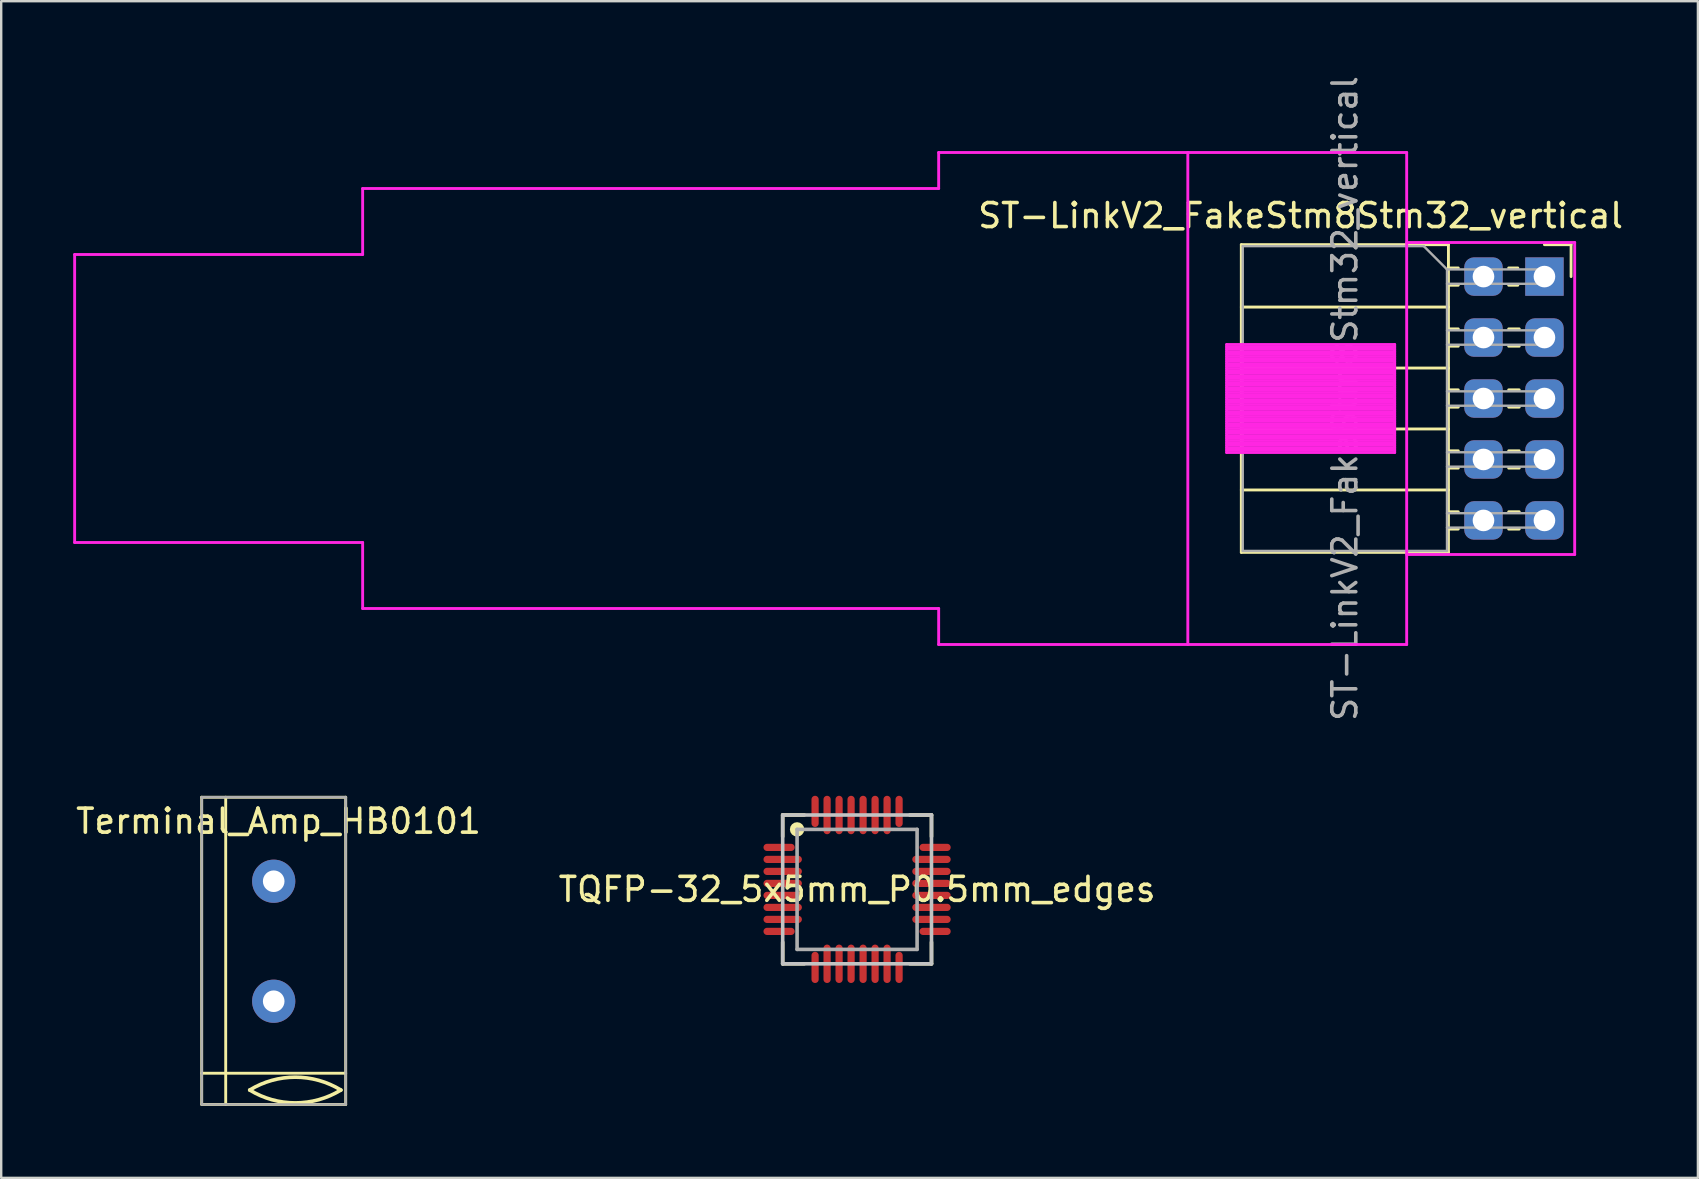
<source format=kicad_pcb>
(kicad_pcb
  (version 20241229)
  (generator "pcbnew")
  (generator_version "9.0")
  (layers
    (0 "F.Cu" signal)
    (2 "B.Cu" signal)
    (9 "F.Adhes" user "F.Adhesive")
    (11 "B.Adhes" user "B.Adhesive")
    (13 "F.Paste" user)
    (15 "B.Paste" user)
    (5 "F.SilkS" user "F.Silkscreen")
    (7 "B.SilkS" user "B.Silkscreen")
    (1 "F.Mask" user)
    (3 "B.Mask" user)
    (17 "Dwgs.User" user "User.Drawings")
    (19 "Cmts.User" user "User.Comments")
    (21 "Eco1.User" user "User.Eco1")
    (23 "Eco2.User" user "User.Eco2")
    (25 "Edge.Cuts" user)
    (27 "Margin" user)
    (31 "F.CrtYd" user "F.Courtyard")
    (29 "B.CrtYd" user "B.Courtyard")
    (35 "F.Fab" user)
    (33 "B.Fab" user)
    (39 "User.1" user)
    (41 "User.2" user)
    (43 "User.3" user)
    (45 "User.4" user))
  (footprint "TQFP-32_5x5mm_P0.5mm_edges"
    (layer "F.Cu")
    (at 32.661 34.007)
    (property "Reference" "TQFP-32_5x5mm_P0.5mm_edges" (at 0 0 0) (layer "F.SilkS") (effects (font (size 1 1) (thickness 0.15))))
    (attr through_hole)
    (fp_line (start -3.1 -3.1) (end -3.1 -2.2) (stroke (width 0.15) (type solid)) (layer "F.SilkS"))
    (fp_line (start -3.1 -3.1) (end -2.2 -3.1) (stroke (width 0.15) (type solid)) (layer "F.SilkS"))
    (fp_line (start -3.1 3.1) (end -3.1 2.2) (stroke (width 0.15) (type solid)) (layer "F.SilkS"))
    (fp_line (start -3.1 3.1) (end -2.2 3.1) (stroke (width 0.15) (type solid)) (layer "F.SilkS"))
    (fp_line (start 3.1 -3.1) (end 2.2 -3.1) (stroke (width 0.15) (type solid)) (layer "F.SilkS"))
    (fp_line (start 3.1 -3.1) (end 3.1 -2.2) (stroke (width 0.15) (type solid)) (layer "F.SilkS"))
    (fp_line (start 3.1 3.1) (end 2.2 3.1) (stroke (width 0.15) (type solid)) (layer "F.SilkS"))
    (fp_line (start 3.1 3.1) (end 3.1 2.2) (stroke (width 0.15) (type solid)) (layer "F.SilkS"))
    (fp_circle (center -2.5 -2.5) (end -2.35 -2.5) (stroke (width 0.3) (type solid)) (fill no) (layer "F.SilkS"))
    (fp_line (start -3.1 -3.1) (end -3.1 3.1) (stroke (width 0.15) (type solid)) (layer "Dwgs.User"))
    (fp_line (start -3.1 -3.1) (end 3.1 -3.1) (stroke (width 0.15) (type solid)) (layer "Dwgs.User"))
    (fp_line (start -3.1 3.1) (end 3.1 3.1) (stroke (width 0.15) (type solid)) (layer "Dwgs.User"))
    (fp_line (start 3.1 -3.1) (end 3.1 3.1) (stroke (width 0.15) (type solid)) (layer "Dwgs.User"))
    (fp_line (start -2.5 -2.5) (end -2.5 2.5) (stroke (width 0.15) (type solid)) (layer "F.Fab"))
    (fp_line (start -2.5 -2.5) (end 2.5 -2.5) (stroke (width 0.15) (type solid)) (layer "F.Fab"))
    (fp_line (start -2.5 2.5) (end 2.5 2.5) (stroke (width 0.15) (type solid)) (layer "F.Fab"))
    (fp_line (start 2.5 -2.5) (end 2.5 2.5) (stroke (width 0.15) (type solid)) (layer "F.Fab"))
    (pad "1" smd oval (at -3.25 -1.75) (size 1.3 0.3) (layers "F.Cu" "F.Mask" "F.Paste"))
    (pad "2" smd oval (at -3.1 -1.25) (size 1.6 0.3) (layers "F.Cu" "F.Mask" "F.Paste"))
    (pad "3" smd oval (at -3.1 -0.75) (size 1.6 0.3) (layers "F.Cu" "F.Mask" "F.Paste"))
    (pad "4" smd oval (at -3.1 -0.25) (size 1.6 0.3) (layers "F.Cu" "F.Mask" "F.Paste"))
    (pad "5" smd oval (at -3.1 0.25) (size 1.6 0.3) (layers "F.Cu" "F.Mask" "F.Paste"))
    (pad "6" smd oval (at -3.1 0.75) (size 1.6 0.3) (layers "F.Cu" "F.Mask" "F.Paste"))
    (pad "7" smd oval (at -3.1 1.25) (size 1.6 0.3) (layers "F.Cu" "F.Mask" "F.Paste"))
    (pad "8" smd oval (at -3.25 1.75) (size 1.3 0.3) (layers "F.Cu" "F.Mask" "F.Paste"))
    (pad "9" smd oval (at -1.75 3.25 90) (size 1.3 0.3) (layers "F.Cu" "F.Mask" "F.Paste"))
    (pad "10" smd oval (at -1.25 3.1 90) (size 1.6 0.3) (layers "F.Cu" "F.Mask" "F.Paste"))
    (pad "11" smd oval (at -0.75 3.1 90) (size 1.6 0.3) (layers "F.Cu" "F.Mask" "F.Paste"))
    (pad "12" smd oval (at -0.25 3.1 90) (size 1.6 0.3) (layers "F.Cu" "F.Mask" "F.Paste"))
    (pad "13" smd oval (at 0.25 3.1 90) (size 1.6 0.3) (layers "F.Cu" "F.Mask" "F.Paste"))
    (pad "14" smd oval (at 0.75 3.1 90) (size 1.6 0.3) (layers "F.Cu" "F.Mask" "F.Paste"))
    (pad "15" smd oval (at 1.25 3.1 90) (size 1.6 0.3) (layers "F.Cu" "F.Mask" "F.Paste"))
    (pad "16" smd oval (at 1.75 3.25 90) (size 1.3 0.3) (layers "F.Cu" "F.Mask" "F.Paste"))
    (pad "17" smd oval (at 3.25 1.75) (size 1.3 0.3) (layers "F.Cu" "F.Mask" "F.Paste"))
    (pad "18" smd oval (at 3.1 1.25) (size 1.6 0.3) (layers "F.Cu" "F.Mask" "F.Paste"))
    (pad "19" smd oval (at 3.1 0.75) (size 1.6 0.3) (layers "F.Cu" "F.Mask" "F.Paste"))
    (pad "20" smd oval (at 3.1 0.25) (size 1.6 0.3) (layers "F.Cu" "F.Mask" "F.Paste"))
    (pad "21" smd oval (at 3.1 -0.25) (size 1.6 0.3) (layers "F.Cu" "F.Mask" "F.Paste"))
    (pad "22" smd oval (at 3.1 -0.75) (size 1.6 0.3) (layers "F.Cu" "F.Mask" "F.Paste"))
    (pad "23" smd oval (at 3.1 -1.25) (size 1.6 0.3) (layers "F.Cu" "F.Mask" "F.Paste"))
    (pad "24" smd oval (at 3.25 -1.75) (size 1.3 0.3) (layers "F.Cu" "F.Mask" "F.Paste"))
    (pad "25" smd oval (at 1.75 -3.25 90) (size 1.3 0.3) (layers "F.Cu" "F.Mask" "F.Paste"))
    (pad "26" smd oval (at 1.25 -3.1 90) (size 1.6 0.3) (layers "F.Cu" "F.Mask" "F.Paste"))
    (pad "27" smd oval (at 0.75 -3.1 90) (size 1.6 0.3) (layers "F.Cu" "F.Mask" "F.Paste"))
    (pad "28" smd oval (at 0.25 -3.1 90) (size 1.6 0.3) (layers "F.Cu" "F.Mask" "F.Paste"))
    (pad "29" smd oval (at -0.25 -3.1 90) (size 1.6 0.3) (layers "F.Cu" "F.Mask" "F.Paste"))
    (pad "30" smd oval (at -0.75 -3.1 90) (size 1.6 0.3) (layers "F.Cu" "F.Mask" "F.Paste"))
    (pad "31" smd oval (at -1.25 -3.1 90) (size 1.6 0.3) (layers "F.Cu" "F.Mask" "F.Paste"))
    (pad "32" smd oval (at -1.75 -3.25 90) (size 1.3 0.3) (layers "F.Cu" "F.Mask" "F.Paste")))
  (footprint "ST-LinkV2_FakeStm8Stm32_vertical"
    (layer "F.Cu")
    (at 58.76 13.554)
    (property "Reference" "ST-LinkV2_FakeStm8Stm32_vertical" (at -7.62 -7.62 0) (layer "F.SilkS") (effects (font (size 1 1) (thickness 0.15))))
    (attr through_hole)
    (fp_line (start -10.09 -6.41) (end -10.09 6.41) (stroke (width 0.12) (type solid)) (layer "F.SilkS"))
    (fp_line (start -10.09 -6.41) (end -1.46 -6.41) (stroke (width 0.12) (type solid)) (layer "F.SilkS"))
    (fp_line (start -10.09 -3.81) (end -1.46 -3.81) (stroke (width 0.12) (type solid)) (layer "F.SilkS"))
    (fp_line (start -10.09 -1.27) (end -1.46 -1.27) (stroke (width 0.12) (type solid)) (layer "F.SilkS"))
    (fp_line (start -10.09 1.27) (end -1.46 1.27) (stroke (width 0.12) (type solid)) (layer "F.SilkS"))
    (fp_line (start -10.09 3.81) (end -1.46 3.81) (stroke (width 0.12) (type solid)) (layer "F.SilkS"))
    (fp_line (start -10.09 6.41) (end -1.46 6.41) (stroke (width 0.12) (type solid)) (layer "F.SilkS"))
    (fp_line (start -1.46 -6.41) (end -1.46 6.41) (stroke (width 0.12) (type solid)) (layer "F.SilkS"))
    (fp_line (start -1.46 -5.44) (end -1.05 -5.44) (stroke (width 0.12) (type solid)) (layer "F.SilkS"))
    (fp_line (start -1.46 -4.72) (end -1.05 -4.72) (stroke (width 0.12) (type solid)) (layer "F.SilkS"))
    (fp_line (start -1.46 -2.9) (end -1.05 -2.9) (stroke (width 0.12) (type solid)) (layer "F.SilkS"))
    (fp_line (start -1.46 -2.18) (end -1.05 -2.18) (stroke (width 0.12) (type solid)) (layer "F.SilkS"))
    (fp_line (start -1.46 -0.36) (end -1.05 -0.36) (stroke (width 0.12) (type solid)) (layer "F.SilkS"))
    (fp_line (start -1.46 0.36) (end -1.05 0.36) (stroke (width 0.12) (type solid)) (layer "F.SilkS"))
    (fp_line (start -1.46 2.18) (end -1.05 2.18) (stroke (width 0.12) (type solid)) (layer "F.SilkS"))
    (fp_line (start -1.46 2.9) (end -1.05 2.9) (stroke (width 0.12) (type solid)) (layer "F.SilkS"))
    (fp_line (start -1.46 4.72) (end -1.05 4.72) (stroke (width 0.12) (type solid)) (layer "F.SilkS"))
    (fp_line (start -1.46 5.44) (end -1.05 5.44) (stroke (width 0.12) (type solid)) (layer "F.SilkS"))
    (fp_line (start 1.05 -5.44) (end 1.43 -5.44) (stroke (width 0.12) (type solid)) (layer "F.SilkS"))
    (fp_line (start 1.05 -4.72) (end 1.43 -4.72) (stroke (width 0.12) (type solid)) (layer "F.SilkS"))
    (fp_line (start 1.05 -2.9) (end 1.49 -2.9) (stroke (width 0.12) (type solid)) (layer "F.SilkS"))
    (fp_line (start 1.05 -2.18) (end 1.49 -2.18) (stroke (width 0.12) (type solid)) (layer "F.SilkS"))
    (fp_line (start 1.05 -0.36) (end 1.49 -0.36) (stroke (width 0.12) (type solid)) (layer "F.SilkS"))
    (fp_line (start 1.05 0.36) (end 1.49 0.36) (stroke (width 0.12) (type solid)) (layer "F.SilkS"))
    (fp_line (start 1.05 2.18) (end 1.49 2.18) (stroke (width 0.12) (type solid)) (layer "F.SilkS"))
    (fp_line (start 1.05 2.9) (end 1.49 2.9) (stroke (width 0.12) (type solid)) (layer "F.SilkS"))
    (fp_line (start 1.05 4.72) (end 1.49 4.72) (stroke (width 0.12) (type solid)) (layer "F.SilkS"))
    (fp_line (start 1.05 5.44) (end 1.49 5.44) (stroke (width 0.12) (type solid)) (layer "F.SilkS"))
    (fp_line (start 2.54 -6.41) (end 3.65 -6.41) (stroke (width 0.12) (type solid)) (layer "F.SilkS"))
    (fp_line (start 3.65 -6.41) (end 3.65 -5.08) (stroke (width 0.12) (type solid)) (layer "F.SilkS"))
    (fp_line (start -58.7 -6) (end -58.7 6) (stroke (width 0.12) (type solid)) (layer "F.CrtYd"))
    (fp_line (start -58.7 -6) (end -46.7 -6) (stroke (width 0.12) (type solid)) (layer "F.CrtYd"))
    (fp_line (start -58.7 6) (end -46.7 6) (stroke (width 0.12) (type solid)) (layer "F.CrtYd"))
    (fp_line (start -46.7 -8.75) (end -46.7 -6) (stroke (width 0.12) (type solid)) (layer "F.CrtYd"))
    (fp_line (start -46.7 -8.75) (end -22.7 -8.75) (stroke (width 0.12) (type solid)) (layer "F.CrtYd"))
    (fp_line (start -46.7 6) (end -46.7 8.75) (stroke (width 0.12) (type solid)) (layer "F.CrtYd"))
    (fp_line (start -46.7 8.75) (end -22.7 8.75) (stroke (width 0.12) (type solid)) (layer "F.CrtYd"))
    (fp_line (start -22.7 -10.25) (end -22.7 -8.75) (stroke (width 0.12) (type solid)) (layer "F.CrtYd"))
    (fp_line (start -22.7 -10.25) (end -3.2 -10.25) (stroke (width 0.12) (type solid)) (layer "F.CrtYd"))
    (fp_line (start -22.7 8.75) (end -22.7 10.25) (stroke (width 0.12) (type solid)) (layer "F.CrtYd"))
    (fp_line (start -22.7 10.25) (end -3.2 10.25) (stroke (width 0.12) (type solid)) (layer "F.CrtYd"))
    (fp_line (start -12.319 -10.25) (end -12.319 10.25) (stroke (width 0.12) (type solid)) (layer "F.CrtYd"))
    (fp_line (start -10.7 -2.25) (end -10.7 2.25) (stroke (width 0.12) (type solid)) (layer "F.CrtYd"))
    (fp_line (start -10.7 -2.25) (end -3.7 -2.25) (stroke (width 0.12) (type solid)) (layer "F.CrtYd"))
    (fp_line (start -10.7 -2.15) (end -3.7 -2.15) (stroke (width 0.12) (type solid)) (layer "F.CrtYd"))
    (fp_line (start -10.7 -2.05) (end -3.7 -2.05) (stroke (width 0.12) (type solid)) (layer "F.CrtYd"))
    (fp_line (start -10.7 -1.95) (end -3.7 -1.95) (stroke (width 0.12) (type solid)) (layer "F.CrtYd"))
    (fp_line (start -10.7 -1.85) (end -3.7 -1.85) (stroke (width 0.12) (type solid)) (layer "F.CrtYd"))
    (fp_line (start -10.7 -1.75) (end -3.7 -1.75) (stroke (width 0.12) (type solid)) (layer "F.CrtYd"))
    (fp_line (start -10.7 -1.65) (end -3.7 -1.65) (stroke (width 0.12) (type solid)) (layer "F.CrtYd"))
    (fp_line (start -10.7 -1.55) (end -3.7 -1.55) (stroke (width 0.12) (type solid)) (layer "F.CrtYd"))
    (fp_line (start -10.7 -1.45) (end -3.7 -1.45) (stroke (width 0.12) (type solid)) (layer "F.CrtYd"))
    (fp_line (start -10.7 -1.35) (end -3.7 -1.35) (stroke (width 0.12) (type solid)) (layer "F.CrtYd"))
    (fp_line (start -10.7 -1.25) (end -3.7 -1.25) (stroke (width 0.12) (type solid)) (layer "F.CrtYd"))
    (fp_line (start -10.7 -1.15) (end -3.7 -1.15) (stroke (width 0.12) (type solid)) (layer "F.CrtYd"))
    (fp_line (start -10.7 -1.05) (end -3.7 -1.05) (stroke (width 0.12) (type solid)) (layer "F.CrtYd"))
    (fp_line (start -10.7 -0.95) (end -3.7 -0.95) (stroke (width 0.12) (type solid)) (layer "F.CrtYd"))
    (fp_line (start -10.7 -0.85) (end -3.7 -0.85) (stroke (width 0.12) (type solid)) (layer "F.CrtYd"))
    (fp_line (start -10.7 -0.75) (end -3.7 -0.75) (stroke (width 0.12) (type solid)) (layer "F.CrtYd"))
    (fp_line (start -10.7 -0.65) (end -3.7 -0.65) (stroke (width 0.12) (type solid)) (layer "F.CrtYd"))
    (fp_line (start -10.7 -0.55) (end -3.7 -0.55) (stroke (width 0.12) (type solid)) (layer "F.CrtYd"))
    (fp_line (start -10.7 -0.45) (end -3.7 -0.45) (stroke (width 0.12) (type solid)) (layer "F.CrtYd"))
    (fp_line (start -10.7 -0.35) (end -3.7 -0.35) (stroke (width 0.12) (type solid)) (layer "F.CrtYd"))
    (fp_line (start -10.7 -0.25) (end -3.7 -0.25) (stroke (width 0.12) (type solid)) (layer "F.CrtYd"))
    (fp_line (start -10.7 -0.15) (end -3.7 -0.15) (stroke (width 0.12) (type solid)) (layer "F.CrtYd"))
    (fp_line (start -10.7 -0.05) (end -3.7 -0.05) (stroke (width 0.12) (type solid)) (layer "F.CrtYd"))
    (fp_line (start -10.7 0.05) (end -3.7 0.05) (stroke (width 0.12) (type solid)) (layer "F.CrtYd"))
    (fp_line (start -10.7 0.15) (end -3.7 0.15) (stroke (width 0.12) (type solid)) (layer "F.CrtYd"))
    (fp_line (start -10.7 0.25) (end -3.7 0.25) (stroke (width 0.12) (type solid)) (layer "F.CrtYd"))
    (fp_line (start -10.7 0.35) (end -3.7 0.35) (stroke (width 0.12) (type solid)) (layer "F.CrtYd"))
    (fp_line (start -10.7 0.45) (end -3.7 0.45) (stroke (width 0.12) (type solid)) (layer "F.CrtYd"))
    (fp_line (start -10.7 0.55) (end -3.7 0.55) (stroke (width 0.12) (type solid)) (layer "F.CrtYd"))
    (fp_line (start -10.7 0.65) (end -3.7 0.65) (stroke (width 0.12) (type solid)) (layer "F.CrtYd"))
    (fp_line (start -10.7 0.75) (end -3.7 0.75) (stroke (width 0.12) (type solid)) (layer "F.CrtYd"))
    (fp_line (start -10.7 0.85) (end -3.7 0.85) (stroke (width 0.12) (type solid)) (layer "F.CrtYd"))
    (fp_line (start -10.7 0.95) (end -3.7 0.95) (stroke (width 0.12) (type solid)) (layer "F.CrtYd"))
    (fp_line (start -10.7 1.05) (end -3.7 1.05) (stroke (width 0.12) (type solid)) (layer "F.CrtYd"))
    (fp_line (start -10.7 1.15) (end -3.7 1.15) (stroke (width 0.12) (type solid)) (layer "F.CrtYd"))
    (fp_line (start -10.7 1.25) (end -3.7 1.25) (stroke (width 0.12) (type solid)) (layer "F.CrtYd"))
    (fp_line (start -10.7 1.35) (end -3.7 1.35) (stroke (width 0.12) (type solid)) (layer "F.CrtYd"))
    (fp_line (start -10.7 1.45) (end -3.7 1.45) (stroke (width 0.12) (type solid)) (layer "F.CrtYd"))
    (fp_line (start -10.7 1.55) (end -3.7 1.55) (stroke (width 0.12) (type solid)) (layer "F.CrtYd"))
    (fp_line (start -10.7 1.65) (end -3.7 1.65) (stroke (width 0.12) (type solid)) (layer "F.CrtYd"))
    (fp_line (start -10.7 1.75) (end -3.7 1.75) (stroke (width 0.12) (type solid)) (layer "F.CrtYd"))
    (fp_line (start -10.7 1.85) (end -3.7 1.85) (stroke (width 0.12) (type solid)) (layer "F.CrtYd"))
    (fp_line (start -10.7 1.95) (end -3.7 1.95) (stroke (width 0.12) (type solid)) (layer "F.CrtYd"))
    (fp_line (start -10.7 2.05) (end -3.7 2.05) (stroke (width 0.12) (type solid)) (layer "F.CrtYd"))
    (fp_line (start -10.7 2.15) (end -3.7 2.15) (stroke (width 0.12) (type solid)) (layer "F.CrtYd"))
    (fp_line (start -10.7 2.25) (end -3.7 2.25) (stroke (width 0.12) (type solid)) (layer "F.CrtYd"))
    (fp_line (start -3.7 -2.25) (end -3.7 2.25) (stroke (width 0.12) (type solid)) (layer "F.CrtYd"))
    (fp_line (start -3.2 10.25) (end -3.2 -10.25) (stroke (width 0.12) (type solid)) (layer "F.CrtYd"))
    (fp_line (start 3.8 -6.5) (end -3.2 -6.5) (stroke (width 0.12) (type solid)) (layer "F.CrtYd"))
    (fp_line (start 3.8 -6.5) (end 3.8 6.5) (stroke (width 0.12) (type solid)) (layer "F.CrtYd"))
    (fp_line (start 3.8 6.5) (end -3.2 6.5) (stroke (width 0.12) (type solid)) (layer "F.CrtYd"))
    (fp_line (start -10.03 -6.35) (end -2.49 -6.35) (stroke (width 0.1) (type solid)) (layer "F.Fab"))
    (fp_line (start -10.03 6.35) (end -10.03 -6.35) (stroke (width 0.1) (type solid)) (layer "F.Fab"))
    (fp_line (start -2.49 -6.35) (end -1.52 -5.38) (stroke (width 0.1) (type solid)) (layer "F.Fab"))
    (fp_line (start -1.52 -5.38) (end -1.52 6.35) (stroke (width 0.1) (type solid)) (layer "F.Fab"))
    (fp_line (start -1.52 -4.78) (end 2.54 -4.78) (stroke (width 0.1) (type solid)) (layer "F.Fab"))
    (fp_line (start -1.52 -2.24) (end 2.54 -2.24) (stroke (width 0.1) (type solid)) (layer "F.Fab"))
    (fp_line (start -1.52 0.3) (end 2.54 0.3) (stroke (width 0.1) (type solid)) (layer "F.Fab"))
    (fp_line (start -1.52 2.84) (end 2.54 2.84) (stroke (width 0.1) (type solid)) (layer "F.Fab"))
    (fp_line (start -1.52 5.38) (end 2.54 5.38) (stroke (width 0.1) (type solid)) (layer "F.Fab"))
    (fp_line (start -1.52 6.35) (end -10.03 6.35) (stroke (width 0.1) (type solid)) (layer "F.Fab"))
    (fp_line (start 2.54 -5.38) (end -1.52 -5.38) (stroke (width 0.1) (type solid)) (layer "F.Fab"))
    (fp_line (start 2.54 -4.78) (end 2.54 -5.38) (stroke (width 0.1) (type solid)) (layer "F.Fab"))
    (fp_line (start 2.54 -2.84) (end -1.52 -2.84) (stroke (width 0.1) (type solid)) (layer "F.Fab"))
    (fp_line (start 2.54 -2.24) (end 2.54 -2.84) (stroke (width 0.1) (type solid)) (layer "F.Fab"))
    (fp_line (start 2.54 -0.3) (end -1.52 -0.3) (stroke (width 0.1) (type solid)) (layer "F.Fab"))
    (fp_line (start 2.54 0.3) (end 2.54 -0.3) (stroke (width 0.1) (type solid)) (layer "F.Fab"))
    (fp_line (start 2.54 2.24) (end -1.52 2.24) (stroke (width 0.1) (type solid)) (layer "F.Fab"))
    (fp_line (start 2.54 2.84) (end 2.54 2.24) (stroke (width 0.1) (type solid)) (layer "F.Fab"))
    (fp_line (start 2.54 4.78) (end -1.52 4.78) (stroke (width 0.1) (type solid)) (layer "F.Fab"))
    (fp_line (start 2.54 5.38) (end 2.54 4.78) (stroke (width 0.1) (type solid)) (layer "F.Fab"))
    (fp_text user "${REFERENCE}" (at -5.775 0 90) (layer "F.Fab") (effects (font (size 1 1) (thickness 0.15))))
    (pad "1" thru_hole rect (at 2.54 -5.08) (size 1.6 1.6) (drill 0.9) (layers "*.Cu" "*.Mask"))
    (pad "2" thru_hole roundrect (at 0 -5.08 90) (size 1.6 1.6) (drill 0.9) (layers "*.Cu" "*.Mask") (roundrect_rratio 0.25))
    (pad "3" thru_hole roundrect (at 2.54 -2.54) (size 1.6 1.6) (drill 0.9) (layers "*.Cu" "*.Mask") (roundrect_rratio 0.25))
    (pad "4" thru_hole roundrect (at 0 -2.54) (size 1.6 1.6) (drill 0.9) (layers "*.Cu" "*.Mask") (roundrect_rratio 0.25))
    (pad "5" thru_hole roundrect (at 2.54 0) (size 1.6 1.6) (drill 0.9) (layers "*.Cu" "*.Mask") (roundrect_rratio 0.25))
    (pad "6" thru_hole roundrect (at 0 0) (size 1.6 1.6) (drill 0.9) (layers "*.Cu" "*.Mask") (roundrect_rratio 0.25))
    (pad "7" thru_hole roundrect (at 2.54 2.54) (size 1.6 1.6) (drill 0.9) (layers "*.Cu" "*.Mask") (roundrect_rratio 0.25))
    (pad "8" thru_hole roundrect (at 0 2.54) (size 1.6 1.6) (drill 0.9) (layers "*.Cu" "*.Mask") (roundrect_rratio 0.25))
    (pad "9" thru_hole roundrect (at 2.54 5.08) (size 1.6 1.6) (drill 0.9) (layers "*.Cu" "*.Mask") (roundrect_rratio 0.25))
    (pad "10" thru_hole roundrect (at 0 5.08) (size 1.6 1.6) (drill 0.9) (layers "*.Cu" "*.Mask") (roundrect_rratio 0.25)))
  (footprint "Terminal_Amp_HB0101"
    (layer "F.Cu")
    (at 8.354 36.567)
    (property "Reference" "Terminal_Amp_HB0101" (at 0.2 -5.4 0) (layer "F.SilkS") (effects (font (size 1 1) (thickness 0.15))))
    (attr through_hole)
    (fp_line (start -3 -6.4) (end -3 6.4) (stroke (width 0.12) (type solid)) (layer "F.SilkS"))
    (fp_line (start -3 -6.4) (end 3 -6.4) (stroke (width 0.12) (type solid)) (layer "F.SilkS"))
    (fp_line (start -3 5.1) (end 3 5.1) (stroke (width 0.12) (type solid)) (layer "F.SilkS"))
    (fp_line (start -3 6.4) (end 3 6.4) (stroke (width 0.12) (type solid)) (layer "F.SilkS"))
    (fp_line (start -2 -6.4) (end -2 6.4) (stroke (width 0.12) (type solid)) (layer "F.SilkS"))
    (fp_line (start 3 -6.4) (end 3 6.4) (stroke (width 0.12) (type solid)) (layer "F.SilkS"))
    (fp_arc (start -1 5.8) (mid 0.9 5.264068) (end 2.8 5.8) (stroke (width 0.15) (type solid)) (layer "F.SilkS"))
    (fp_arc (start 2.8 5.8) (mid 0.9 6.335932) (end -1 5.8) (stroke (width 0.15) (type solid)) (layer "F.SilkS"))
    (fp_line (start -3 6.4) (end -3 -6.4) (stroke (width 0.1) (type solid)) (layer "F.Fab"))
    (fp_line (start 3 -6.4) (end -3 -6.4) (stroke (width 0.1) (type solid)) (layer "F.Fab"))
    (fp_line (start 3 6.4) (end -3 6.4) (stroke (width 0.1) (type solid)) (layer "F.Fab"))
    (fp_line (start 3 6.4) (end 3 -6.4) (stroke (width 0.1) (type solid)) (layer "F.Fab"))
    (pad "1" thru_hole circle (at 0 -2.9) (size 1.8 1.8) (drill 0.9) (layers "*.Cu" "*.Mask"))
    (pad "1" thru_hole circle (at 0 2.1) (size 1.8 1.8) (drill 0.9) (layers "*.Cu" "*.Mask")))
  (gr_rect
    (start -3 -3)
    (end 67.694 46.027)
    (stroke (width 0.1) (type default))
    (fill no)
    (layer "Edge.Cuts")))
</source>
